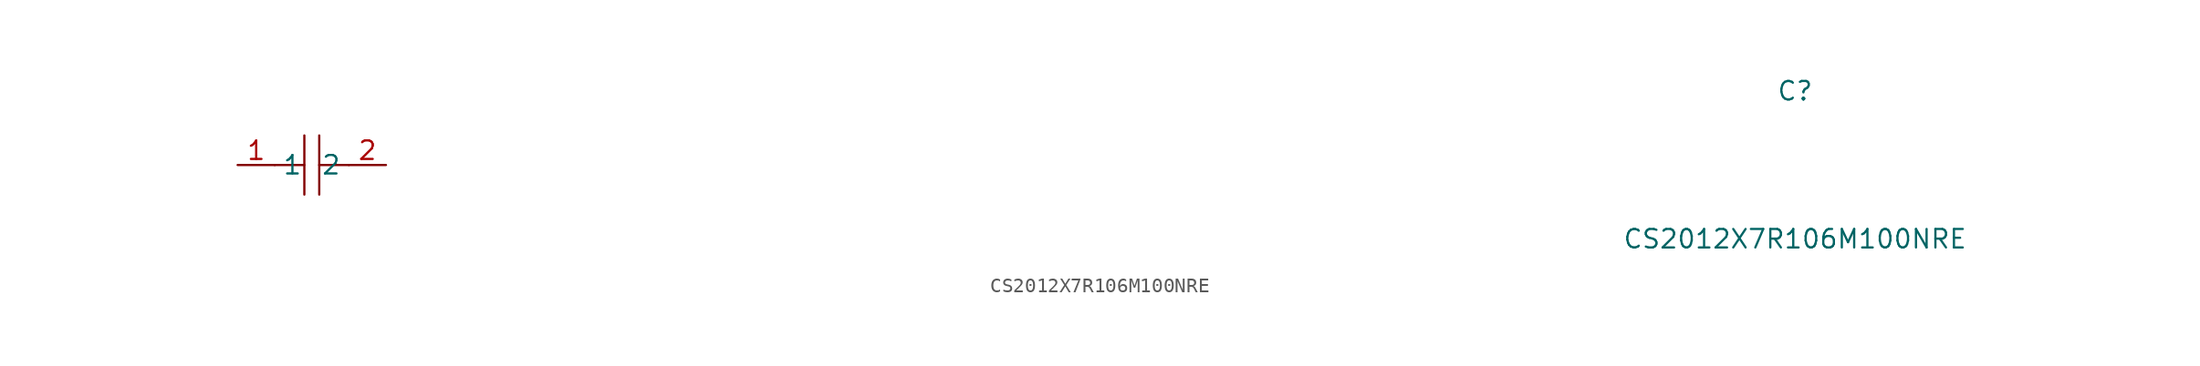
<source format=kicad_sym>
(kicad_symbol_lib
  (version 1)
  (generator "faebryk")
  (symbol "CS2012X7R106M100NRE"
    (property "Reference" "C"
      (at 0 81.28 0)
      (effects (font (size 1.27 1.27)) (hide no)))
    (property "Value" "CS2012X7R106M100NRE"
      (at 0 71.12 0)
      (effects (font (size 1.27 1.27)) (hide no)))
    (symbol "CS2012X7R106M100NRE_0_1"
      (polyline (stroke (width 0) (type default) (color 0 0 0 0)) (fill (type none)) (pts (xy -102.11 74.17) (xy -102.11 78.23)))
      (polyline (stroke (width 0) (type default) (color 0 0 0 0)) (fill (type none)) (pts (xy -99.06 76.2) (xy -101.09 76.2)))
      (polyline (stroke (width 0) (type default) (color 0 0 0 0)) (fill (type none)) (pts (xy -101.09 78.23) (xy -101.09 74.17)))
      (polyline (stroke (width 0) (type default) (color 0 0 0 0)) (fill (type none)) (pts (xy -102.11 76.2) (xy -104.14 76.2)))
      (pin unspecified line (at -106.68 76.2 0) (length 2.54) (name "1" (effects (font (size 1.27 1.27)) (hide no))) (number "1" (effects (font (size 1.27 1.27)) (hide no))))
      (pin unspecified line (at -96.52 76.2 180) (length 2.54) (name "2" (effects (font (size 1.27 1.27)) (hide no))) (number "2" (effects (font (size 1.27 1.27)) (hide no)))))))
</source>
